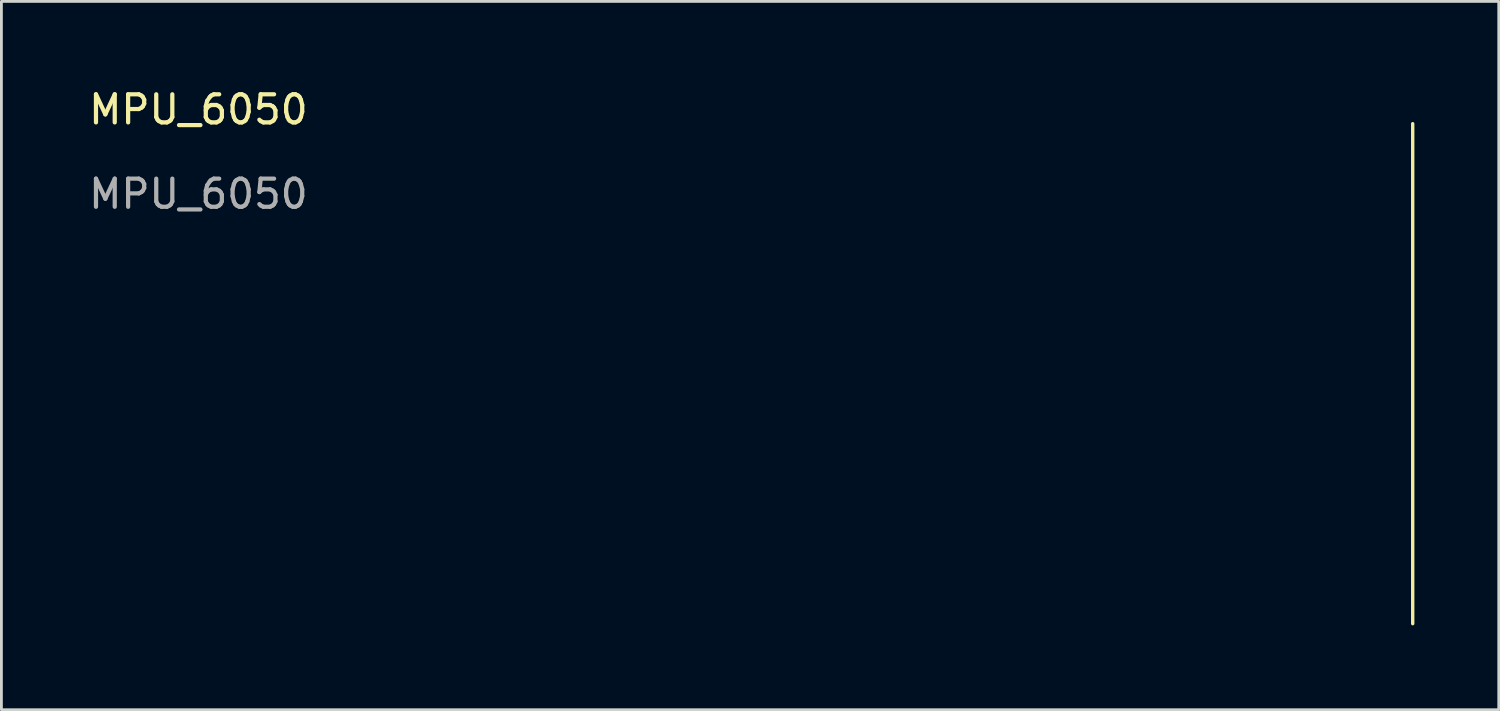
<source format=kicad_pcb>
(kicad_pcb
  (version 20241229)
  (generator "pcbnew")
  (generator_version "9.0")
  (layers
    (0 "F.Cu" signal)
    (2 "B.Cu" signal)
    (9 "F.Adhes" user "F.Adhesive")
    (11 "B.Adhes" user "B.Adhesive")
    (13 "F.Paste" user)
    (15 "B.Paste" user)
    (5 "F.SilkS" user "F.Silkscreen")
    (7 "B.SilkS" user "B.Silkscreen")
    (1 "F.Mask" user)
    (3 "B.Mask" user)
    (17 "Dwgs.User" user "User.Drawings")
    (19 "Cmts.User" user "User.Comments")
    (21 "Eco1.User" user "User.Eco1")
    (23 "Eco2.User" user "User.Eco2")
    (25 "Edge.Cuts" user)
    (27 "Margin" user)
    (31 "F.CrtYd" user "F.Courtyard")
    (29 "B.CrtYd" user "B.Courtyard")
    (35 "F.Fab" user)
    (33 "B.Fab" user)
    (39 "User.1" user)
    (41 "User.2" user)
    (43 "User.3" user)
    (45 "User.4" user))
  (footprint "MPU_6050"
    (layer "F.Cu")
    (at 4.006 1.348)
    (property "Reference" "MPU_6050" (at 0 -0.5 0) (unlocked yes) (layer "F.SilkS") (effects (font (size 1 1) (thickness 0.15))))
    (attr smd)
    (fp_line (start 43.18 0) (end 43.18 17.78) (stroke (width 0.12) (type solid)) (layer "F.SilkS"))
    (fp_text user "${REFERENCE}" (at 0 2.5 0) (unlocked yes) (layer "F.Fab") (effects (font (size 1 1) (thickness 0.15)))))
  (gr_rect
    (start -3 -3)
    (end 50.246 22.188)
    (stroke (width 0.1) (type default))
    (fill no)
    (layer "Edge.Cuts")))
</source>
